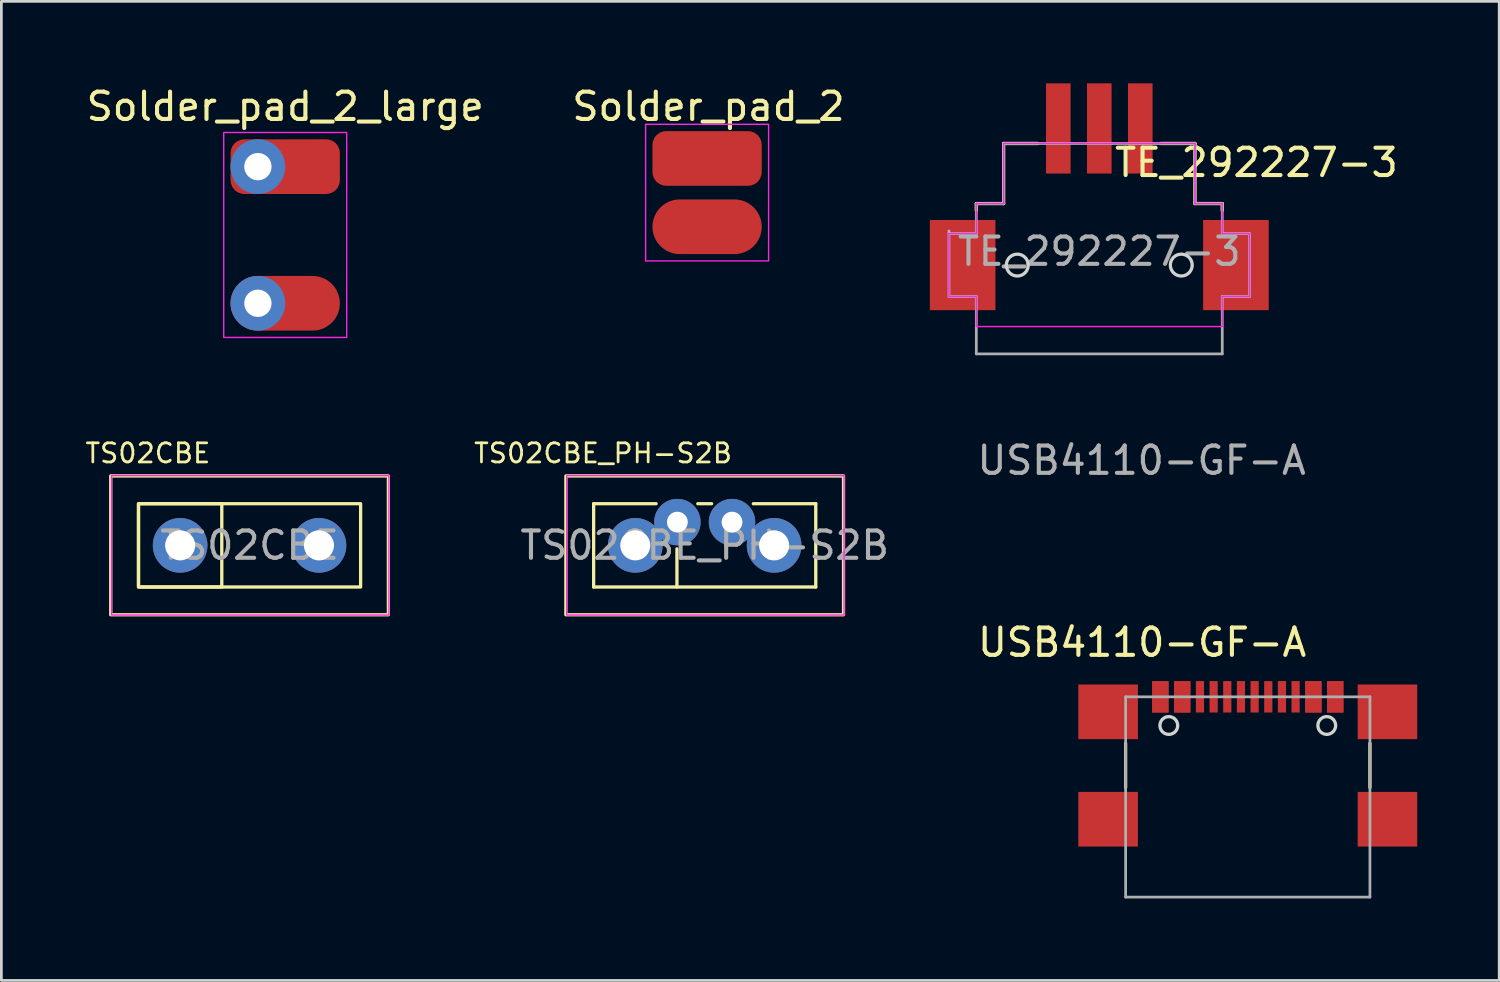
<source format=kicad_pcb>
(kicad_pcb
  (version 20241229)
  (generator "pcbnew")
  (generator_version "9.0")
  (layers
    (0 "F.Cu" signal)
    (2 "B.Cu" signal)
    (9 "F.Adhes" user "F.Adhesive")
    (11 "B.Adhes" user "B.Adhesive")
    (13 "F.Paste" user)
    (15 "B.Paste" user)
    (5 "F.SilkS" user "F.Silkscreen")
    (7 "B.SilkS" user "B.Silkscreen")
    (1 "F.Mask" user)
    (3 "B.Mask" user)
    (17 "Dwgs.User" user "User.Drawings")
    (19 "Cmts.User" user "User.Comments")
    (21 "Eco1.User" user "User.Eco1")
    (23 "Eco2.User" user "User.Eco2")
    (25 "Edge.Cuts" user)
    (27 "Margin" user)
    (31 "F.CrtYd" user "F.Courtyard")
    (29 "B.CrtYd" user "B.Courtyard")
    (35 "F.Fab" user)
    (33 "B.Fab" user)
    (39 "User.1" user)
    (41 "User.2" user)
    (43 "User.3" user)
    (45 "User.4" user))
  (footprint "TE_292227-3"
    (layer "F.Cu")
    (at 37.176 6.65)
    (property "Reference" "TE_292227-3" (at 5.75 -3.75 0) (unlocked yes) (layer "F.SilkS") (effects (font (size 1 1) (thickness 0.15))))
    (attr smd)
    (fp_line (start -4.5 -2.25) (end -3.5 -2.25) (stroke (width 0.12) (type solid)) (layer "F.SilkS"))
    (fp_line (start -4.5 -2) (end -4.5 -2.25) (stroke (width 0.12) (type solid)) (layer "F.SilkS"))
    (fp_line (start -3.5 -4.45) (end -2.25 -4.45) (stroke (width 0.12) (type solid)) (layer "F.SilkS"))
    (fp_line (start -3.5 -2.25) (end -3.5 -4.45) (stroke (width 0.12) (type solid)) (layer "F.SilkS"))
    (fp_line (start 3.5 -4.45) (end 2.25 -4.45) (stroke (width 0.12) (type solid)) (layer "F.SilkS"))
    (fp_line (start 3.5 -2.25) (end 3.5 -4.45) (stroke (width 0.12) (type solid)) (layer "F.SilkS"))
    (fp_line (start 4.5 -2.25) (end 3.5 -2.25) (stroke (width 0.12) (type solid)) (layer "F.SilkS"))
    (fp_line (start 4.5 -2) (end 4.5 -2.25) (stroke (width 0.12) (type solid)) (layer "F.SilkS"))
    (fp_circle (center -3 0) (end -2.6 0) (stroke (width 0.12) (type solid)) (fill no) (layer "Edge.Cuts"))
    (fp_circle (center 3 0) (end 3.4 0) (stroke (width 0.12) (type solid)) (fill no) (layer "Edge.Cuts"))
    (fp_line (start -5.5 -1.15) (end -4.5 -1.15) (stroke (width 0.05) (type solid)) (layer "F.CrtYd"))
    (fp_line (start -5.5 1.15) (end -5.5 -1.15) (stroke (width 0.05) (type solid)) (layer "F.CrtYd"))
    (fp_line (start -5.5 1.15) (end -4.5 1.15) (stroke (width 0.05) (type solid)) (layer "F.CrtYd"))
    (fp_line (start -4.5 -2.25) (end -3.5 -2.25) (stroke (width 0.05) (type solid)) (layer "F.CrtYd"))
    (fp_line (start -4.5 -1.15) (end -4.5 -2.25) (stroke (width 0.05) (type solid)) (layer "F.CrtYd"))
    (fp_line (start -4.5 2.25) (end -4.5 1.15) (stroke (width 0.05) (type solid)) (layer "F.CrtYd"))
    (fp_line (start -4.5 2.25) (end 4.5 2.25) (stroke (width 0.05) (type solid)) (layer "F.CrtYd"))
    (fp_line (start -3.5 -4.45) (end -3.5 -2.25) (stroke (width 0.05) (type solid)) (layer "F.CrtYd"))
    (fp_line (start -3.5 -4.45) (end 3.5 -4.45) (stroke (width 0.05) (type solid)) (layer "F.CrtYd"))
    (fp_line (start 3.5 -4.45) (end 3.5 -2.25) (stroke (width 0.05) (type solid)) (layer "F.CrtYd"))
    (fp_line (start 3.5 -2.25) (end 4.5 -2.25) (stroke (width 0.05) (type solid)) (layer "F.CrtYd"))
    (fp_line (start 4.5 -1.15) (end 4.5 -2.25) (stroke (width 0.05) (type solid)) (layer "F.CrtYd"))
    (fp_line (start 4.5 -1.15) (end 5.5 -1.15) (stroke (width 0.05) (type solid)) (layer "F.CrtYd"))
    (fp_line (start 4.5 1.15) (end 5.5 1.15) (stroke (width 0.05) (type solid)) (layer "F.CrtYd"))
    (fp_line (start 4.5 2.25) (end 4.5 1.15) (stroke (width 0.05) (type solid)) (layer "F.CrtYd"))
    (fp_line (start 5.5 1.15) (end 5.5 -1.15) (stroke (width 0.05) (type solid)) (layer "F.CrtYd"))
    (fp_line (start -5.5 -1.15) (end -4.5 -1.15) (stroke (width 0.1) (type solid)) (layer "F.Fab"))
    (fp_line (start -5.5 1.15) (end -5.5 -1.25) (stroke (width 0.1) (type solid)) (layer "F.Fab"))
    (fp_line (start -4.5 -2.25) (end -3.5 -2.25) (stroke (width 0.1) (type solid)) (layer "F.Fab"))
    (fp_line (start -4.5 -1.15) (end -4.5 -2.25) (stroke (width 0.1) (type solid)) (layer "F.Fab"))
    (fp_line (start -4.5 1.15) (end -5.5 1.15) (stroke (width 0.1) (type solid)) (layer "F.Fab"))
    (fp_line (start -4.5 3.25) (end -4.5 1.15) (stroke (width 0.1) (type solid)) (layer "F.Fab"))
    (fp_line (start -3.5 -4.45) (end 3.5 -4.45) (stroke (width 0.1) (type solid)) (layer "F.Fab"))
    (fp_line (start -3.5 -2.25) (end -3.5 -4.45) (stroke (width 0.1) (type solid)) (layer "F.Fab"))
    (fp_line (start 3.5 -4.45) (end 3.5 -2.25) (stroke (width 0.1) (type solid)) (layer "F.Fab"))
    (fp_line (start 3.5 -2.25) (end 4.5 -2.25) (stroke (width 0.1) (type solid)) (layer "F.Fab"))
    (fp_line (start 4.5 -2.25) (end 4.5 -1.15) (stroke (width 0.1) (type solid)) (layer "F.Fab"))
    (fp_line (start 4.5 -1.15) (end 5.5 -1.15) (stroke (width 0.1) (type solid)) (layer "F.Fab"))
    (fp_line (start 4.5 1.15) (end 4.5 3.25) (stroke (width 0.1) (type solid)) (layer "F.Fab"))
    (fp_line (start 4.5 3.25) (end -4.5 3.25) (stroke (width 0.1) (type solid)) (layer "F.Fab"))
    (fp_line (start 5.5 -1.15) (end 5.5 1.15) (stroke (width 0.1) (type solid)) (layer "F.Fab"))
    (fp_line (start 5.5 1.15) (end 4.5 1.15) (stroke (width 0.1) (type solid)) (layer "F.Fab"))
    (fp_text user "${REFERENCE}" (at 0 -0.5 0) (unlocked yes) (layer "F.Fab") (effects (font (size 1 1) (thickness 0.15))))
    (pad "" smd rect (at -5 0) (size 2.4 3.3) (layers "F.Cu" "F.Mask" "F.Paste"))
    (pad "" smd rect (at 5 0) (size 2.4 3.3) (layers "F.Cu" "F.Mask" "F.Paste"))
    (pad "1" smd rect (at 1.5 -5) (size 0.9 3.3) (layers "F.Cu" "F.Mask" "F.Paste"))
    (pad "2" smd rect (at 0 -5) (size 0.9 3.3) (layers "F.Cu" "F.Mask" "F.Paste"))
    (pad "3" smd rect (at -1.5 -5) (size 0.9 3.3) (layers "F.Cu" "F.Mask" "F.Paste")))
  (footprint "TS02CBE_PH-S2B"
    (layer "F.Cu")
    (at 22.737 16.906)
    (property "Reference" "TS02CBE_PH-S2B" (at -3.719 -3.371 0) (unlocked yes) (layer "F.SilkS") (effects (font (size 0.7 0.7) (thickness 0.1))))
    (attr through_hole)
    (fp_line (start -4.064 -1.524) (end -4.064 1.524) (stroke (width 0.12) (type default)) (layer "F.SilkS"))
    (fp_line (start -4.064 1.524) (end 4.064 1.524) (stroke (width 0.12) (type default)) (layer "F.SilkS"))
    (fp_line (start -1.778 -1.524) (end -4.064 -1.524) (stroke (width 0.12) (type default)) (layer "F.SilkS"))
    (fp_line (start -1.016 1.524) (end -1.016 0.127) (stroke (width 0.12) (type default)) (layer "F.SilkS"))
    (fp_line (start -0.254 -1.524) (end 0.254 -1.524) (stroke (width 0.12) (type default)) (layer "F.SilkS"))
    (fp_line (start 4.064 -1.524) (end 1.778 -1.524) (stroke (width 0.12) (type default)) (layer "F.SilkS"))
    (fp_line (start 4.064 -1.524) (end 4.064 1.524) (stroke (width 0.12) (type default)) (layer "F.SilkS"))
    (fp_rect (start -5.08 -2.54) (end 5.08 2.54) (stroke (width 0.12) (type default)) (fill no) (layer "F.SilkS"))
    (fp_rect (start -5.05 -2.55) (end 5.1 2.55) (stroke (width 0.05) (type default)) (fill no) (layer "F.CrtYd"))
    (fp_text user "${REFERENCE}" (at 0 0 0) (unlocked yes) (layer "F.Fab") (effects (font (size 1 1) (thickness 0.15))))
    (pad "1" thru_hole circle (at -2.54 0) (size 2 2) (drill 1.1) (layers "*.Cu" "*.Mask"))
    (pad "1" thru_hole circle (at -1 -0.85) (size 1.7 1.7) (drill 0.762) (layers "*.Cu" "*.Mask"))
    (pad "2" thru_hole circle (at 1 -0.85) (size 1.7 1.7) (drill 0.762) (layers "*.Cu" "*.Mask"))
    (pad "2" thru_hole circle (at 2.54 0) (size 2 2) (drill 1.1) (layers "*.Cu" "*.Mask")))
  (footprint "Solder_pad_2_large"
    (layer "F.Cu")
    (at 7.387 5.548)
    (property "Reference" "Solder_pad_2_large" (at 0 -4.7 0) (unlocked yes) (layer "F.SilkS") (effects (font (size 1 1) (thickness 0.15))))
    (attr smd)
    (fp_rect (start -2.25 -3.75) (end 2.25 3.75) (stroke (width 0.05) (type solid)) (fill no) (layer "F.CrtYd"))
    (pad "1" thru_hole circle (at -1 2.5) (size 2 2) (drill 1) (layers "*.Cu" "*.Mask"))
    (pad "1" smd oval (at 0 2.5) (size 4 2) (layers "F.Cu" "F.Mask"))
    (pad "2" thru_hole circle (at -1 -2.5) (size 2 2) (drill 1) (layers "*.Cu" "*.Mask"))
    (pad "2" smd roundrect (at 0 -2.5) (size 4 2) (layers "F.Cu" "F.Mask") (roundrect_rratio 0.25)))
  (footprint "Solder_pad_2"
    (layer "F.Cu")
    (at 22.825 3.998)
    (property "Reference" "Solder_pad_2" (at 0.05 -3.15 0) (unlocked yes) (layer "F.SilkS") (effects (font (size 1 1) (thickness 0.15))))
    (attr smd)
    (fp_rect (start -2.25 -2.5) (end 2.25 2.5) (stroke (width 0.05) (type solid)) (fill no) (layer "F.CrtYd"))
    (pad "1" smd oval (at 0 1.25) (size 4 2) (layers "F.Cu" "F.Mask"))
    (pad "2" smd roundrect (at 0 -1.25) (size 4 2) (layers "F.Cu" "F.Mask") (roundrect_rratio 0.25)))
  (footprint "TS02CBE"
    (layer "F.Cu")
    (at 6.082 16.906)
    (property "Reference" "TS02CBE" (at -3.719 -3.371 0) (unlocked yes) (layer "F.SilkS") (effects (font (size 0.7 0.7) (thickness 0.1))))
    (attr through_hole)
    (fp_rect (start -5.08 -2.54) (end 5.08 2.54) (stroke (width 0.12) (type default)) (fill no) (layer "F.SilkS"))
    (fp_rect (start -4.064 -1.524) (end -1.016 1.524) (stroke (width 0.12) (type default)) (fill no) (layer "F.SilkS"))
    (fp_rect (start -4.064 -1.524) (end 4.064 1.524) (stroke (width 0.12) (type default)) (fill no) (layer "F.SilkS"))
    (fp_rect (start -5.05 -2.55) (end 5.1 2.55) (stroke (width 0.05) (type default)) (fill no) (layer "F.CrtYd"))
    (fp_text user "${REFERENCE}" (at 0 0 0) (unlocked yes) (layer "F.Fab") (effects (font (size 1 1) (thickness 0.15))))
    (pad "1" thru_hole circle (at -2.54 0) (size 2 2) (drill 1.1) (layers "*.Cu" "*.Mask"))
    (pad "2" thru_hole circle (at 2.54 0) (size 2 2) (drill 1.1) (layers "*.Cu" "*.Mask")))
  (footprint "USB4110-GF-A"
    (layer "F.Cu")
    (at 37.5 22.998)
    (property "Reference" "USB4110-GF-A" (at 1.244 -2.54 0) (unlocked yes) (layer "F.SilkS") (effects (font (size 1 1) (thickness 0.15))))
    (attr smd)
    (fp_line (start 0.64 1.15) (end 0.64 2.77) (stroke (width 0.12) (type solid)) (layer "F.SilkS"))
    (fp_line (start 9.58 1.15) (end 9.58 2.77) (stroke (width 0.12) (type solid)) (layer "F.SilkS"))
    (fp_circle (center 2.22 0.5) (end 2.545 0.5) (stroke (width 0.12) (type solid)) (fill no) (layer "Edge.Cuts"))
    (fp_circle (center 8 0.5) (end 8.325 0.5) (stroke (width 0.12) (type solid)) (fill no) (layer "Edge.Cuts"))
    (fp_line (start 0.64 -0.55) (end 0.64 6.78) (stroke (width 0.1) (type solid)) (layer "F.Fab"))
    (fp_line (start 0.64 -0.55) (end 9.58 -0.55) (stroke (width 0.1) (type solid)) (layer "F.Fab"))
    (fp_line (start 0.64 6.78) (end 9.58 6.78) (stroke (width 0.1) (type solid)) (layer "F.Fab"))
    (fp_line (start 9.58 -0.55) (end 9.58 6.78) (stroke (width 0.1) (type solid)) (layer "F.Fab"))
    (fp_text user "${REFERENCE}" (at 1.225 -9.2 0) (unlocked yes) (layer "F.Fab") (effects (font (size 1 1) (thickness 0.15))))
    (pad "A1" smd rect (at 1.91 -0.55) (size 0.6 1.15) (layers "F.Cu" "F.Mask" "F.Paste"))
    (pad "A4" smd rect (at 2.71 -0.55) (size 0.6 1.15) (layers "F.Cu" "F.Mask" "F.Paste"))
    (pad "A5" smd rect (at 3.86 -0.55) (size 0.3 1.15) (layers "F.Cu" "F.Mask" "F.Paste"))
    (pad "A6" smd rect (at 4.86 -0.55) (size 0.3 1.15) (layers "F.Cu" "F.Mask" "F.Paste"))
    (pad "A7" smd rect (at 5.36 -0.55) (size 0.3 1.15) (layers "F.Cu" "F.Mask" "F.Paste"))
    (pad "A8" smd rect (at 6.36 -0.55) (size 0.3 1.15) (layers "F.Cu" "F.Mask" "F.Paste"))
    (pad "A9" smd rect (at 7.51 -0.55) (size 0.6 1.15) (layers "F.Cu" "F.Mask" "F.Paste"))
    (pad "A12" smd rect (at 8.31 -0.55) (size 0.6 1.15) (layers "F.Cu" "F.Mask" "F.Paste"))
    (pad "B1" smd rect (at 8.31 -0.55) (size 0.6 1.15) (layers "F.Cu" "F.Mask" "F.Paste"))
    (pad "B4" smd rect (at 7.51 -0.55) (size 0.6 1.15) (layers "F.Cu" "F.Mask" "F.Paste"))
    (pad "B5" smd rect (at 6.86 -0.55) (size 0.3 1.15) (layers "F.Cu" "F.Mask" "F.Paste"))
    (pad "B6" smd rect (at 5.86 -0.55) (size 0.3 1.15) (layers "F.Cu" "F.Mask" "F.Paste"))
    (pad "B7" smd rect (at 4.36 -0.55) (size 0.3 1.15) (layers "F.Cu" "F.Mask" "F.Paste"))
    (pad "B8" smd rect (at 3.36 -0.55) (size 0.3 1.15) (layers "F.Cu" "F.Mask" "F.Paste"))
    (pad "B9" smd rect (at 2.71 -0.55) (size 0.6 1.15) (layers "F.Cu" "F.Mask" "F.Paste"))
    (pad "B12" smd rect (at 1.91 -0.55) (size 0.6 1.15) (layers "F.Cu" "F.Mask" "F.Paste"))
    (pad "S1" smd rect (at 0 0) (size 2.18 2) (layers "F.Cu" "F.Mask" "F.Paste"))
    (pad "S1" smd rect (at 0 3.93) (size 2.18 2) (layers "F.Cu" "F.Mask" "F.Paste"))
    (pad "S1" smd rect (at 10.22 0) (size 2.18 2) (layers "F.Cu" "F.Mask" "F.Paste"))
    (pad "S1" smd rect (at 10.22 3.93) (size 2.18 2) (layers "F.Cu" "F.Mask" "F.Paste")))
  (gr_rect
    (start -3 -3)
    (end 51.81 32.828)
    (stroke (width 0.1) (type default))
    (fill no)
    (layer "Edge.Cuts")))
</source>
